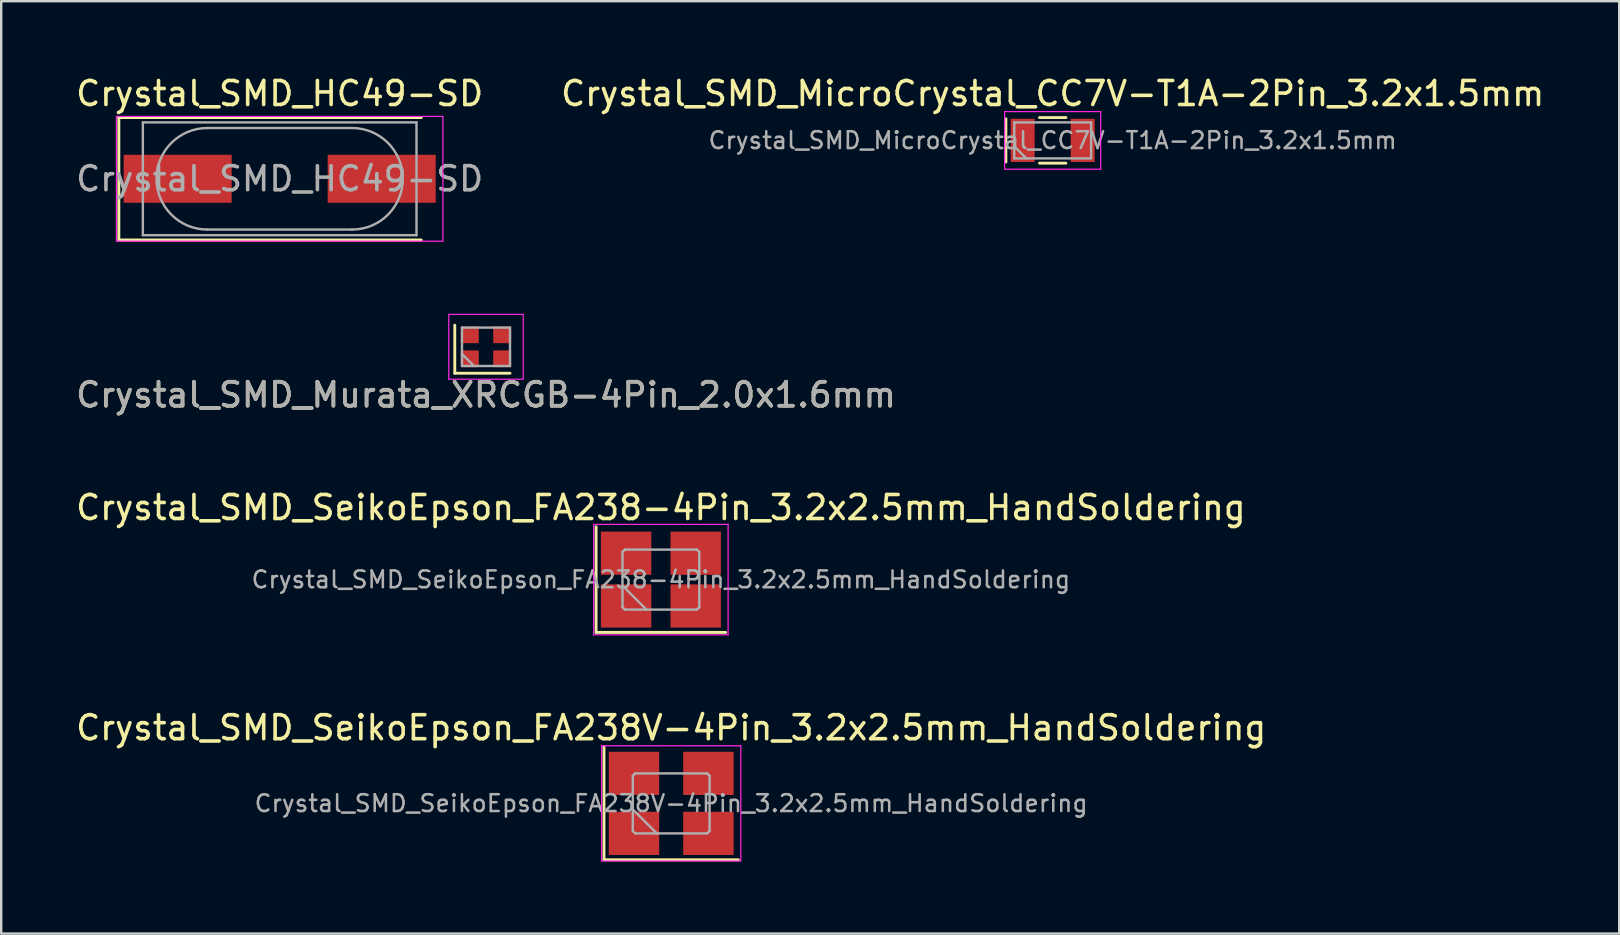
<source format=kicad_pcb>
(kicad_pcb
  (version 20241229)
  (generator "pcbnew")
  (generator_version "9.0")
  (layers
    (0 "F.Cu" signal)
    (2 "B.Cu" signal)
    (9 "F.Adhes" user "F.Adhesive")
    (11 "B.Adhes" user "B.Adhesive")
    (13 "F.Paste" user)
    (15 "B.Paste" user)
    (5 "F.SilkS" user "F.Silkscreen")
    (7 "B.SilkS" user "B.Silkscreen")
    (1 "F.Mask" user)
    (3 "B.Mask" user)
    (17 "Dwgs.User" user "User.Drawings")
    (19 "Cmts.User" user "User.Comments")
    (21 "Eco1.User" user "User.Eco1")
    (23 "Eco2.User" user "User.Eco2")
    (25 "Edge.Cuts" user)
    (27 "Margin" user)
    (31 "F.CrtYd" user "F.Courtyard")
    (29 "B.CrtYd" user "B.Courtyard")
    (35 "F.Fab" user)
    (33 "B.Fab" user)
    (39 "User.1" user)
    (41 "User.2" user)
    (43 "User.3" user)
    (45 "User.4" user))
  (footprint "Crystal_SMD_SeikoEpson_FA238-4Pin_3.2x2.5mm_HandSoldering"
    (layer "F.Cu")
    (at 24.482 21.095)
    (property "Reference" "Crystal_SMD_SeikoEpson_FA238-4Pin_3.2x2.5mm_HandSoldering" (at 0 -3 0) (layer "F.SilkS") (effects (font (size 1 1) (thickness 0.15))))
    (attr smd)
    (fp_line (start -2.7 -2.2) (end -2.7 2.2) (stroke (width 0.12) (type solid)) (layer "F.SilkS"))
    (fp_line (start -2.7 2.2) (end 2.7 2.2) (stroke (width 0.12) (type solid)) (layer "F.SilkS"))
    (fp_line (start -2.8 -2.3) (end -2.8 2.3) (stroke (width 0.05) (type solid)) (layer "F.CrtYd"))
    (fp_line (start -2.8 2.3) (end 2.8 2.3) (stroke (width 0.05) (type solid)) (layer "F.CrtYd"))
    (fp_line (start 2.8 -2.3) (end -2.8 -2.3) (stroke (width 0.05) (type solid)) (layer "F.CrtYd"))
    (fp_line (start 2.8 2.3) (end 2.8 -2.3) (stroke (width 0.05) (type solid)) (layer "F.CrtYd"))
    (fp_line (start -1.6 -1.15) (end -1.5 -1.25) (stroke (width 0.1) (type solid)) (layer "F.Fab"))
    (fp_line (start -1.6 0.25) (end -0.6 1.25) (stroke (width 0.1) (type solid)) (layer "F.Fab"))
    (fp_line (start -1.6 1.15) (end -1.6 -1.15) (stroke (width 0.1) (type solid)) (layer "F.Fab"))
    (fp_line (start -1.5 -1.25) (end 1.5 -1.25) (stroke (width 0.1) (type solid)) (layer "F.Fab"))
    (fp_line (start -1.5 1.25) (end -1.6 1.15) (stroke (width 0.1) (type solid)) (layer "F.Fab"))
    (fp_line (start 1.5 -1.25) (end 1.6 -1.15) (stroke (width 0.1) (type solid)) (layer "F.Fab"))
    (fp_line (start 1.5 1.25) (end -1.5 1.25) (stroke (width 0.1) (type solid)) (layer "F.Fab"))
    (fp_line (start 1.6 -1.15) (end 1.6 1.15) (stroke (width 0.1) (type solid)) (layer "F.Fab"))
    (fp_line (start 1.6 1.15) (end 1.5 1.25) (stroke (width 0.1) (type solid)) (layer "F.Fab"))
    (fp_text user "${REFERENCE}" (at 0 0 0) (layer "F.Fab") (effects (font (size 0.7 0.7) (thickness 0.105))))
    (pad "1" smd rect (at -1.45 1.1) (size 2.1 1.8) (layers "F.Cu" "F.Mask" "F.Paste"))
    (pad "2" smd rect (at 1.45 1.1) (size 2.1 1.8) (layers "F.Cu" "F.Mask" "F.Paste"))
    (pad "3" smd rect (at 1.45 -1.1) (size 2.1 1.8) (layers "F.Cu" "F.Mask" "F.Paste"))
    (pad "4" smd rect (at -1.45 -1.1) (size 2.1 1.8) (layers "F.Cu" "F.Mask" "F.Paste")))
  (footprint "Crystal_SMD_Murata_XRCGB-4Pin_2.0x1.6mm"
    (layer "F.Cu")
    (at 17.196 11.398)
    (property "Reference" "Crystal_SMD_Murata_XRCGB-4Pin_2.0x1.6mm" (at 0 2 0) (layer "F.SilkS") (effects (font (size 1 1) (thickness 0.15))))
    (attr smd)
    (fp_line (start -1.3 -0.9) (end -1.3 1.1) (stroke (width 0.12) (type solid)) (layer "F.SilkS"))
    (fp_line (start 1 1.1) (end -1.3 1.1) (stroke (width 0.12) (type solid)) (layer "F.SilkS"))
    (fp_line (start -1.55 -1.35) (end 1.55 -1.35) (stroke (width 0.05) (type solid)) (layer "F.CrtYd"))
    (fp_line (start -1.55 1.35) (end -1.55 -1.35) (stroke (width 0.05) (type solid)) (layer "F.CrtYd"))
    (fp_line (start 1.55 -1.35) (end 1.55 1.35) (stroke (width 0.05) (type solid)) (layer "F.CrtYd"))
    (fp_line (start 1.55 1.35) (end -1.55 1.35) (stroke (width 0.05) (type solid)) (layer "F.CrtYd"))
    (fp_line (start -1 -0.8) (end 1 -0.8) (stroke (width 0.1) (type solid)) (layer "F.Fab"))
    (fp_line (start -1 0.3) (end -0.5 0.8) (stroke (width 0.1) (type solid)) (layer "F.Fab"))
    (fp_line (start -1 0.8) (end -1 -0.8) (stroke (width 0.1) (type solid)) (layer "F.Fab"))
    (fp_line (start 1 -0.8) (end 1 0.8) (stroke (width 0.1) (type solid)) (layer "F.Fab"))
    (fp_line (start 1 0.8) (end -1 0.8) (stroke (width 0.1) (type solid)) (layer "F.Fab"))
    (fp_text user "${REFERENCE}" (at 0 2 0) (layer "F.Fab") (effects (font (size 1 1) (thickness 0.15))))
    (pad "1" smd roundrect (at -0.675 0.5) (size 0.75 0.7) (layers "F.Cu" "F.Mask" "F.Paste") (roundrect_rratio 0.066))
    (pad "2" smd roundrect (at 0.675 0.5) (size 0.75 0.7) (layers "F.Cu" "F.Mask" "F.Paste") (roundrect_rratio 0.066))
    (pad "3" smd roundrect (at 0.675 -0.5) (size 0.75 0.7) (layers "F.Cu" "F.Mask" "F.Paste") (roundrect_rratio 0.066))
    (pad "4" smd roundrect (at -0.675 -0.5) (size 0.75 0.7) (layers "F.Cu" "F.Mask" "F.Paste") (roundrect_rratio 0.066)))
  (footprint "Crystal_SMD_SeikoEpson_FA238V-4Pin_3.2x2.5mm_HandSoldering"
    (layer "F.Cu")
    (at 24.911 30.418)
    (property "Reference" "Crystal_SMD_SeikoEpson_FA238V-4Pin_3.2x2.5mm_HandSoldering" (at 0 -3.15 0) (layer "F.SilkS") (effects (font (size 1 1) (thickness 0.15))))
    (attr smd)
    (fp_line (start -2.8 -2.35) (end -2.8 2.35) (stroke (width 0.12) (type solid)) (layer "F.SilkS"))
    (fp_line (start -2.8 2.35) (end 2.8 2.35) (stroke (width 0.12) (type solid)) (layer "F.SilkS"))
    (fp_line (start -2.9 -2.4) (end -2.9 2.4) (stroke (width 0.05) (type solid)) (layer "F.CrtYd"))
    (fp_line (start -2.9 2.4) (end 2.9 2.4) (stroke (width 0.05) (type solid)) (layer "F.CrtYd"))
    (fp_line (start 2.9 -2.4) (end -2.9 -2.4) (stroke (width 0.05) (type solid)) (layer "F.CrtYd"))
    (fp_line (start 2.9 2.4) (end 2.9 -2.4) (stroke (width 0.05) (type solid)) (layer "F.CrtYd"))
    (fp_line (start -1.6 -1.15) (end -1.5 -1.25) (stroke (width 0.1) (type solid)) (layer "F.Fab"))
    (fp_line (start -1.6 0.25) (end -0.6 1.25) (stroke (width 0.1) (type solid)) (layer "F.Fab"))
    (fp_line (start -1.6 1.15) (end -1.6 -1.15) (stroke (width 0.1) (type solid)) (layer "F.Fab"))
    (fp_line (start -1.5 -1.25) (end 1.5 -1.25) (stroke (width 0.1) (type solid)) (layer "F.Fab"))
    (fp_line (start -1.5 1.25) (end -1.6 1.15) (stroke (width 0.1) (type solid)) (layer "F.Fab"))
    (fp_line (start 1.5 -1.25) (end 1.6 -1.15) (stroke (width 0.1) (type solid)) (layer "F.Fab"))
    (fp_line (start 1.5 1.25) (end -1.5 1.25) (stroke (width 0.1) (type solid)) (layer "F.Fab"))
    (fp_line (start 1.6 -1.15) (end 1.6 1.15) (stroke (width 0.1) (type solid)) (layer "F.Fab"))
    (fp_line (start 1.6 1.15) (end 1.5 1.25) (stroke (width 0.1) (type solid)) (layer "F.Fab"))
    (fp_text user "${REFERENCE}" (at 0 0 0) (layer "F.Fab") (effects (font (size 0.7 0.7) (thickness 0.105))))
    (pad "1" smd rect (at -1.55 1.25) (size 2.1 1.8) (layers "F.Cu" "F.Mask" "F.Paste"))
    (pad "2" smd rect (at 1.55 1.25) (size 2.1 1.8) (layers "F.Cu" "F.Mask" "F.Paste"))
    (pad "3" smd rect (at 1.55 -1.25) (size 2.1 1.8) (layers "F.Cu" "F.Mask" "F.Paste"))
    (pad "4" smd rect (at -1.55 -1.25) (size 2.1 1.8) (layers "F.Cu" "F.Mask" "F.Paste")))
  (footprint "Crystal_SMD_HC49-SD"
    (layer "F.Cu")
    (at 8.601 4.398)
    (property "Reference" "Crystal_SMD_HC49-SD" (at 0 -3.55 0) (layer "F.SilkS") (effects (font (size 1 1) (thickness 0.15))))
    (attr smd)
    (fp_line (start -6.7 -2.55) (end -6.7 2.55) (stroke (width 0.12) (type solid)) (layer "F.SilkS"))
    (fp_line (start -6.7 2.55) (end 5.9 2.55) (stroke (width 0.12) (type solid)) (layer "F.SilkS"))
    (fp_line (start 5.9 -2.55) (end -6.7 -2.55) (stroke (width 0.12) (type solid)) (layer "F.SilkS"))
    (fp_line (start -6.8 -2.6) (end -6.8 2.6) (stroke (width 0.05) (type solid)) (layer "F.CrtYd"))
    (fp_line (start -6.8 2.6) (end 6.8 2.6) (stroke (width 0.05) (type solid)) (layer "F.CrtYd"))
    (fp_line (start 6.8 -2.6) (end -6.8 -2.6) (stroke (width 0.05) (type solid)) (layer "F.CrtYd"))
    (fp_line (start 6.8 2.6) (end 6.8 -2.6) (stroke (width 0.05) (type solid)) (layer "F.CrtYd"))
    (fp_line (start -5.7 -2.35) (end -5.7 2.35) (stroke (width 0.1) (type solid)) (layer "F.Fab"))
    (fp_line (start -5.7 2.35) (end 5.7 2.35) (stroke (width 0.1) (type solid)) (layer "F.Fab"))
    (fp_line (start -3.015 -2.115) (end 3.015 -2.115) (stroke (width 0.1) (type solid)) (layer "F.Fab"))
    (fp_line (start -3.015 2.115) (end 3.015 2.115) (stroke (width 0.1) (type solid)) (layer "F.Fab"))
    (fp_line (start 5.7 -2.35) (end -5.7 -2.35) (stroke (width 0.1) (type solid)) (layer "F.Fab"))
    (fp_line (start 5.7 2.35) (end 5.7 -2.35) (stroke (width 0.1) (type solid)) (layer "F.Fab"))
    (fp_arc (start -3.015 2.115) (mid -5.13 0) (end -3.015 -2.115) (stroke (width 0.1) (type solid)) (layer "F.Fab"))
    (fp_arc (start 3.015 -2.115) (mid 5.13 0) (end 3.015 2.115) (stroke (width 0.1) (type solid)) (layer "F.Fab"))
    (fp_text user "${REFERENCE}" (at 0 0 0) (layer "F.Fab") (effects (font (size 1 1) (thickness 0.15))))
    (pad "1" smd rect (at -4.25 0) (size 4.5 2) (layers "F.Cu" "F.Mask" "F.Paste"))
    (pad "2" smd rect (at 4.25 0) (size 4.5 2) (layers "F.Cu" "F.Mask" "F.Paste")))
  (footprint "Crystal_SMD_MicroCrystal_CC7V-T1A-2Pin_3.2x1.5mm"
    (layer "F.Cu")
    (at 40.804 2.798)
    (property "Reference" "Crystal_SMD_MicroCrystal_CC7V-T1A-2Pin_3.2x1.5mm" (at 0 -1.95 0) (layer "F.SilkS") (effects (font (size 1 1) (thickness 0.15))))
    (attr smd)
    (fp_line (start -1.95 -0.9) (end -1.95 0.9) (stroke (width 0.12) (type solid)) (layer "F.SilkS"))
    (fp_line (start -0.55 -0.95) (end 0.55 -0.95) (stroke (width 0.12) (type solid)) (layer "F.SilkS"))
    (fp_line (start -0.55 0.95) (end 0.55 0.95) (stroke (width 0.12) (type solid)) (layer "F.SilkS"))
    (fp_line (start -2 -1.2) (end -2 1.2) (stroke (width 0.05) (type solid)) (layer "F.CrtYd"))
    (fp_line (start -2 1.2) (end 2 1.2) (stroke (width 0.05) (type solid)) (layer "F.CrtYd"))
    (fp_line (start 2 -1.2) (end -2 -1.2) (stroke (width 0.05) (type solid)) (layer "F.CrtYd"))
    (fp_line (start 2 1.2) (end 2 -1.2) (stroke (width 0.05) (type solid)) (layer "F.CrtYd"))
    (fp_line (start -1.6 -0.75) (end -1.6 0.75) (stroke (width 0.1) (type solid)) (layer "F.Fab"))
    (fp_line (start -1.6 0.25) (end -1.1 0.75) (stroke (width 0.1) (type solid)) (layer "F.Fab"))
    (fp_line (start -1.6 0.75) (end 1.6 0.75) (stroke (width 0.1) (type solid)) (layer "F.Fab"))
    (fp_line (start 1.6 -0.75) (end -1.6 -0.75) (stroke (width 0.1) (type solid)) (layer "F.Fab"))
    (fp_line (start 1.6 0.75) (end 1.6 -0.75) (stroke (width 0.1) (type solid)) (layer "F.Fab"))
    (fp_text user "${REFERENCE}" (at 0 0 0) (layer "F.Fab") (effects (font (size 0.7 0.7) (thickness 0.105))))
    (pad "1" smd rect (at -1.25 0) (size 1 1.8) (layers "F.Cu" "F.Mask" "F.Paste"))
    (pad "2" smd rect (at 1.25 0) (size 1 1.8) (layers "F.Cu" "F.Mask" "F.Paste")))
  (gr_rect
    (start -3 -3)
    (end 64.405 35.843)
    (stroke (width 0.1) (type default))
    (fill no)
    (layer "Edge.Cuts")))
</source>
